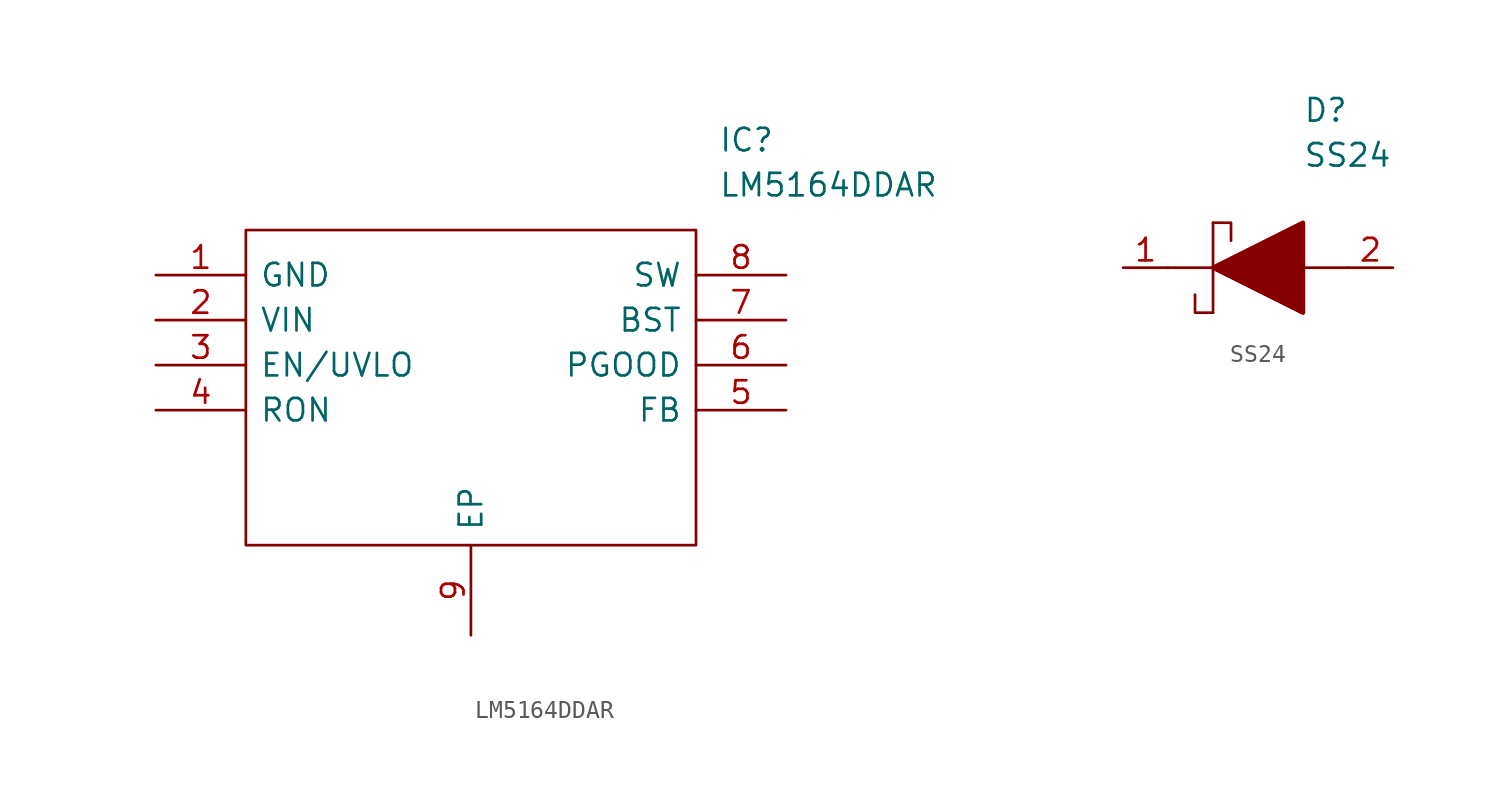
<source format=kicad_sym>
(kicad_symbol_lib
  (version 20220914)
  (generator kicad_symbol_editor)
  (symbol "LM5164DDAR"
    (pin_names
      (offset 0.762))
    (property "Reference" "IC"
      (at 31.75 7.62 0)
      (effects (font (size 1.27 1.27)) (justify left)))
    (property "Value" "LM5164DDAR"
      (at 31.75 5.08 0)
      (effects (font (size 1.27 1.27)) (justify left)))
    (symbol "LM5164DDAR_0_0"
      (pin passive line (at 0 0 0) (length 5.08) (name "GND" (effects (font (size 1.27 1.27)))) (number "1" (effects (font (size 1.27 1.27)))))
      (pin passive line (at 0 -2.54 0) (length 5.08) (name "VIN" (effects (font (size 1.27 1.27)))) (number "2" (effects (font (size 1.27 1.27)))))
      (pin passive line (at 0 -5.08 0) (length 5.08) (name "EN/UVLO" (effects (font (size 1.27 1.27)))) (number "3" (effects (font (size 1.27 1.27)))))
      (pin passive line (at 0 -7.62 0) (length 5.08) (name "RON" (effects (font (size 1.27 1.27)))) (number "4" (effects (font (size 1.27 1.27)))))
      (pin passive line (at 35.56 -7.62 180) (length 5.08) (name "FB" (effects (font (size 1.27 1.27)))) (number "5" (effects (font (size 1.27 1.27)))))
      (pin passive line (at 35.56 -5.08 180) (length 5.08) (name "PGOOD" (effects (font (size 1.27 1.27)))) (number "6" (effects (font (size 1.27 1.27)))))
      (pin passive line (at 35.56 -2.54 180) (length 5.08) (name "BST" (effects (font (size 1.27 1.27)))) (number "7" (effects (font (size 1.27 1.27)))))
      (pin passive line (at 35.56 0 180) (length 5.08) (name "SW" (effects (font (size 1.27 1.27)))) (number "8" (effects (font (size 1.27 1.27)))))
      (pin passive line (at 17.78 -20.32 90) (length 5.08) (name "EP" (effects (font (size 1.27 1.27)))) (number "9" (effects (font (size 1.27 1.27))))))
    (symbol "LM5164DDAR_0_1"
      (polyline (pts (xy 5.08 2.54) (xy 30.48 2.54) (xy 30.48 -15.24) (xy 5.08 -15.24) (xy 5.08 2.54)) (stroke (width 0.152) (type solid)) (fill (type none)))))
  (symbol "SS24"
    (pin_names
      (offset 0.762))
    (property "Reference" "D"
      (at 12.7 8.89 0)
      (effects (font (size 1.27 1.27)) (justify left)))
    (property "Value" "SS24"
      (at 12.7 6.35 0)
      (effects (font (size 1.27 1.27)) (justify left)))
    (symbol "SS24_0_0"
      (pin passive line (at 2.54 0 0) (length 2.54) (name "~" (effects (font (size 1.27 1.27)))) (number "1" (effects (font (size 1.27 1.27)))))
      (pin passive line (at 17.78 0 180) (length 2.54) (name "~" (effects (font (size 1.27 1.27)))) (number "2" (effects (font (size 1.27 1.27))))))
    (symbol "SS24_0_1"
      (polyline (pts (xy 5.08 0) (xy 7.62 0)) (stroke (width 0.152) (type solid)) (fill (type none)))
      (polyline (pts (xy 7.62 2.54) (xy 7.62 -2.54)) (stroke (width 0.152) (type solid)) (fill (type none)))
      (polyline (pts (xy 12.7 0) (xy 15.24 0)) (stroke (width 0.152) (type solid)) (fill (type none)))
      (polyline (pts (xy 7.62 -2.54) (xy 6.604 -2.54) (xy 6.604 -1.524)) (stroke (width 0.152) (type solid)) (fill (type none)))
      (polyline (pts (xy 7.62 2.54) (xy 8.636 2.54) (xy 8.636 1.524)) (stroke (width 0.152) (type solid)) (fill (type none)))
      (polyline (pts (xy 7.62 0) (xy 12.7 2.54) (xy 12.7 -2.54) (xy 7.62 0)) (stroke (width 0.254) (type solid)) (fill (type outline))))))
</source>
